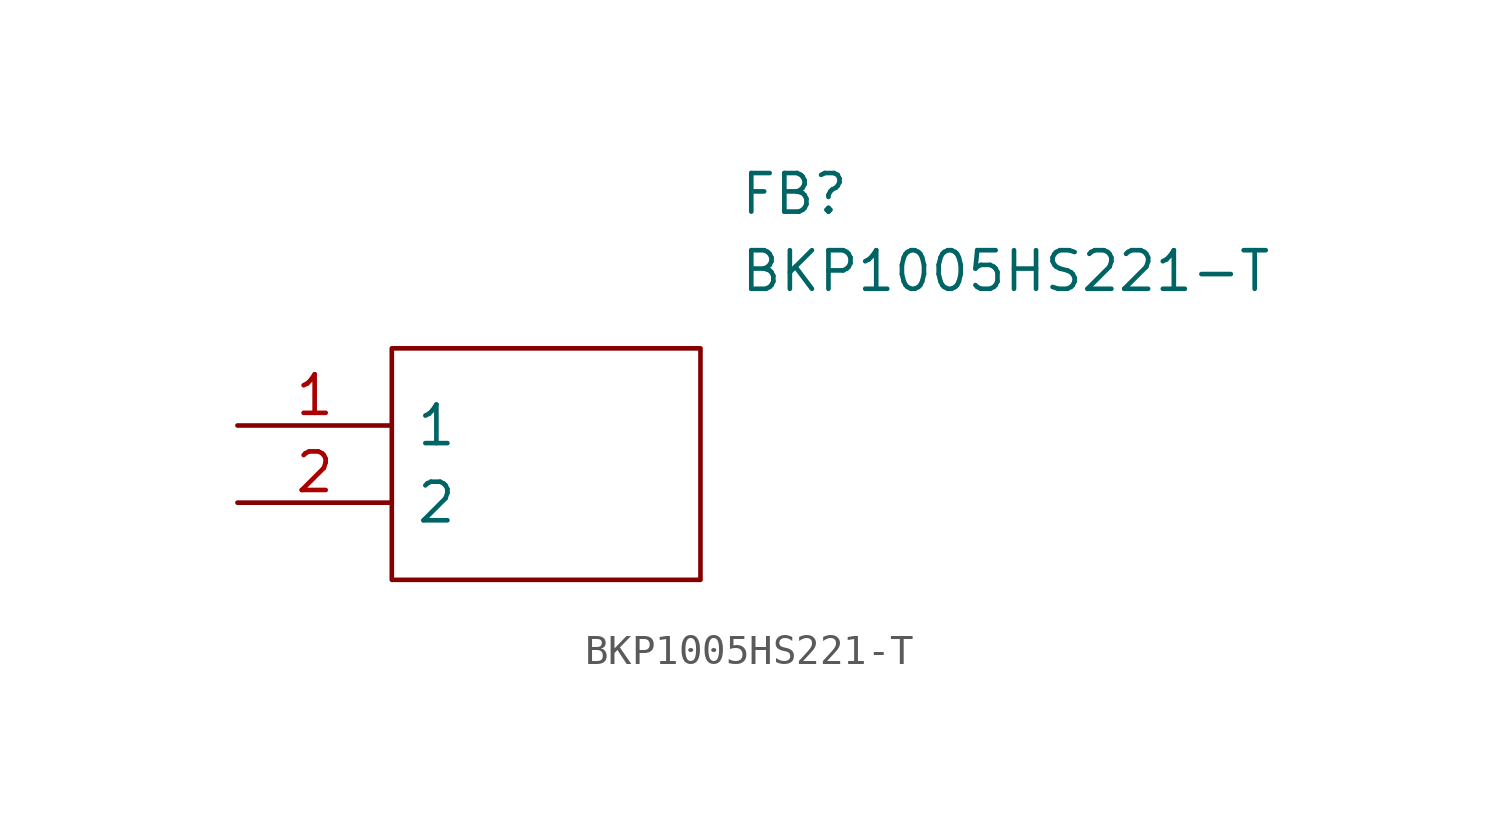
<source format=kicad_sym>
(kicad_symbol_lib
  (version 20211014)
  (generator kicad_symbol_editor)
  (symbol "BKP1005HS221-T"
    (pin_names
      (offset 0.762))
    (property "Reference" "FB"
      (at 16.51 7.62 0)
      (effects (font (size 1.27 1.27)) (justify left)))
    (property "Value" "BKP1005HS221-T"
      (at 16.51 5.08 0)
      (effects (font (size 1.27 1.27)) (justify left)))
    (symbol "BKP1005HS221-T_0_0"
      (pin passive line (at 0 0 0) (length 5.08) (name "1" (effects (font (size 1.27 1.27)))) (number "1" (effects (font (size 1.27 1.27)))))
      (pin passive line (at 0 -2.54 0) (length 5.08) (name "2" (effects (font (size 1.27 1.27)))) (number "2" (effects (font (size 1.27 1.27))))))
    (symbol "BKP1005HS221-T_0_1"
      (polyline (pts (xy 5.08 2.54) (xy 15.24 2.54) (xy 15.24 -5.08) (xy 5.08 -5.08) (xy 5.08 2.54)) (stroke (width 0.152) (type default) (color 0 0 0 0)) (fill (type none))))))
</source>
